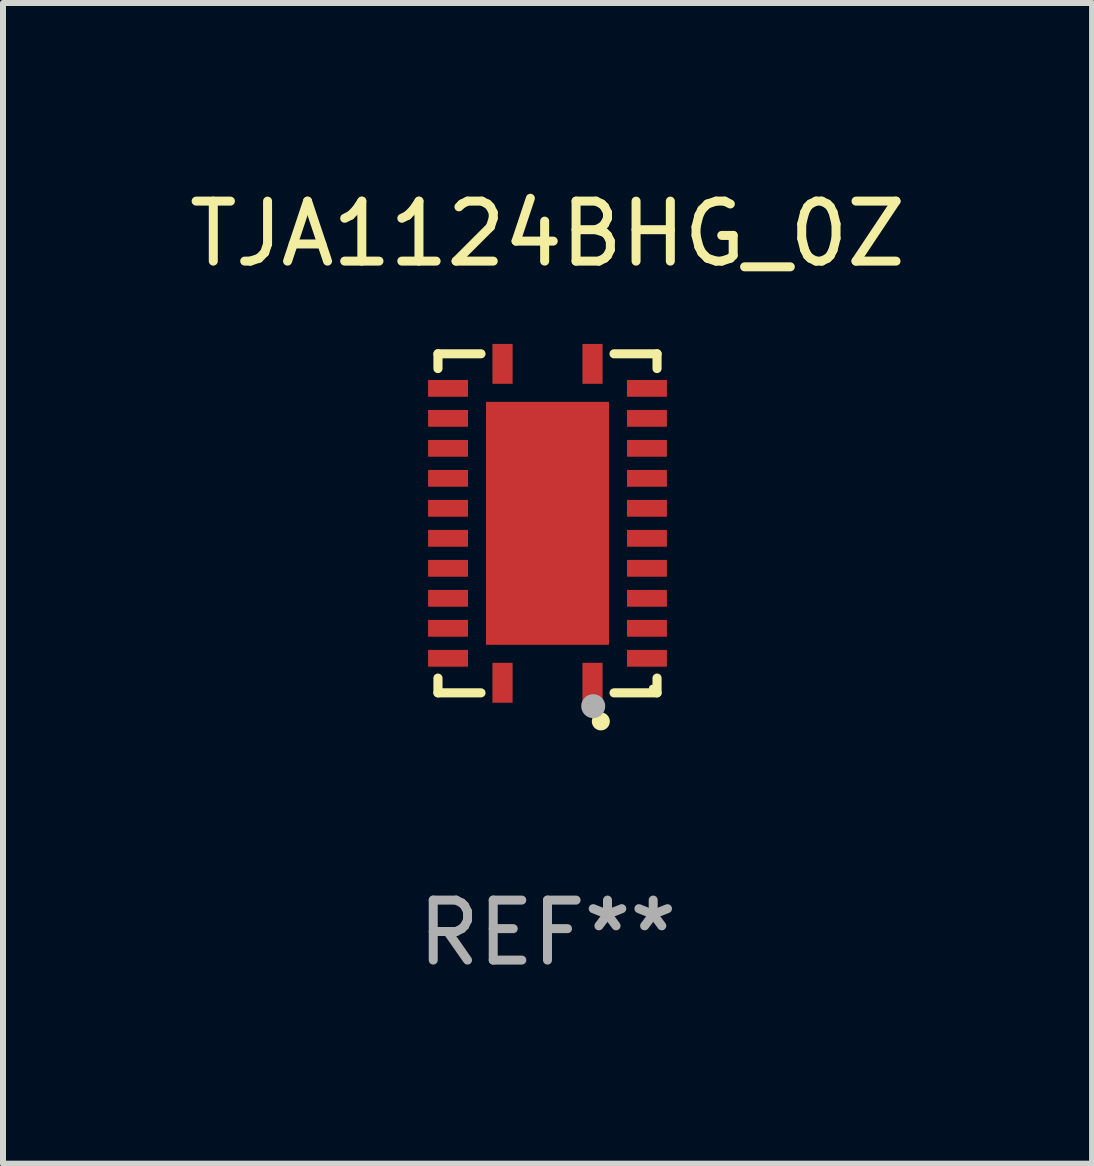
<source format=kicad_pcb>
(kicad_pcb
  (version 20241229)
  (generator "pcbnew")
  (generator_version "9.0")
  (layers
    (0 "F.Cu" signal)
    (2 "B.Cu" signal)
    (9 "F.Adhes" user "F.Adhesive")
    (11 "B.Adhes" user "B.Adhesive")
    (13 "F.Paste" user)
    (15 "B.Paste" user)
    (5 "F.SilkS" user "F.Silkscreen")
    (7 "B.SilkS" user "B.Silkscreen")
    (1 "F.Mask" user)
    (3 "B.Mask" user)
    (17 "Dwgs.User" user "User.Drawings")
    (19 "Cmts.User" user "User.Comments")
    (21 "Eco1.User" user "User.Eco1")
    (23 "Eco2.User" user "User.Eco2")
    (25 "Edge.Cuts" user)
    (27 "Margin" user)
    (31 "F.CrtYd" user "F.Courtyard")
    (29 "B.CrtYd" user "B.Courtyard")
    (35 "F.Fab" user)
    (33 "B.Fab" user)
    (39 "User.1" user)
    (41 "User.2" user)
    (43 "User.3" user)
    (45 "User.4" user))
  (footprint "TJA1124BHG_0Z"
    (layer "F.Cu")
    (at 6.077 5.674)
    (property "Reference" "TJA1124BHG_0Z" (at 0 -4.826 0) (layer "F.SilkS") (effects (font (size 1 1) (thickness 0.15))))
    (attr through_hole)
    (fp_line (start -1.826 -2.826) (end -1.826 -2.58) (stroke (width 0.152) (type solid)) (layer "F.SilkS"))
    (fp_line (start -1.826 2.826) (end -1.826 2.58) (stroke (width 0.152) (type solid)) (layer "F.SilkS"))
    (fp_line (start -1.109 -2.826) (end -1.826 -2.826) (stroke (width 0.152) (type solid)) (layer "F.SilkS"))
    (fp_line (start -1.109 2.826) (end -1.826 2.826) (stroke (width 0.152) (type solid)) (layer "F.SilkS"))
    (fp_line (start 1.109 -2.826) (end 1.826 -2.826) (stroke (width 0.152) (type solid)) (layer "F.SilkS"))
    (fp_line (start 1.109 2.826) (end 1.826 2.826) (stroke (width 0.152) (type solid)) (layer "F.SilkS"))
    (fp_line (start 1.826 -2.826) (end 1.826 -2.58) (stroke (width 0.152) (type solid)) (layer "F.SilkS"))
    (fp_line (start 1.826 2.826) (end 1.826 2.58) (stroke (width 0.152) (type solid)) (layer "F.SilkS"))
    (fp_circle (center 0.889 3.302) (end 0.964 3.302) (stroke (width 0.15) (type solid)) (fill no) (layer "F.SilkS"))
    (fp_circle (center 1.75 2.75) (end 1.78 2.75) (stroke (width 0.06) (type solid)) (fill no) (layer "F.SilkS"))
    (fp_circle (center 0.762 3.048) (end 0.862 3.048) (stroke (width 0.2) (type solid)) (fill no) (layer "F.Fab"))
    (fp_text user "REF**" (at 0 6.826 0) (layer "F.Fab") (effects (font (size 1 1) (thickness 0.15))))
    (pad "1" smd rect (at 0.75 2.658) (size 0.336 0.665) (layers "F.Cu" "F.Mask" "F.Paste"))
    (pad "2" smd rect (at 1.658 2.25) (size 0.665 0.28) (layers "F.Cu" "F.Mask" "F.Paste"))
    (pad "3" smd rect (at 1.658 1.75) (size 0.665 0.28) (layers "F.Cu" "F.Mask" "F.Paste"))
    (pad "4" smd rect (at 1.658 1.25) (size 0.665 0.28) (layers "F.Cu" "F.Mask" "F.Paste"))
    (pad "5" smd rect (at 1.658 0.75) (size 0.665 0.28) (layers "F.Cu" "F.Mask" "F.Paste"))
    (pad "6" smd rect (at 1.658 0.25) (size 0.665 0.28) (layers "F.Cu" "F.Mask" "F.Paste"))
    (pad "7" smd rect (at 1.658 -0.25) (size 0.665 0.28) (layers "F.Cu" "F.Mask" "F.Paste"))
    (pad "8" smd rect (at 1.658 -0.75) (size 0.665 0.28) (layers "F.Cu" "F.Mask" "F.Paste"))
    (pad "9" smd rect (at 1.658 -1.25) (size 0.665 0.28) (layers "F.Cu" "F.Mask" "F.Paste"))
    (pad "10" smd rect (at 1.658 -1.75) (size 0.665 0.28) (layers "F.Cu" "F.Mask" "F.Paste"))
    (pad "11" smd rect (at 1.658 -2.25) (size 0.665 0.28) (layers "F.Cu" "F.Mask" "F.Paste"))
    (pad "12" smd rect (at 0.75 -2.658) (size 0.336 0.665) (layers "F.Cu" "F.Mask" "F.Paste"))
    (pad "13" smd rect (at -0.75 -2.658) (size 0.336 0.665) (layers "F.Cu" "F.Mask" "F.Paste"))
    (pad "14" smd rect (at -1.658 -2.25) (size 0.665 0.28) (layers "F.Cu" "F.Mask" "F.Paste"))
    (pad "15" smd rect (at -1.658 -1.75) (size 0.665 0.28) (layers "F.Cu" "F.Mask" "F.Paste"))
    (pad "16" smd rect (at -1.658 -1.25) (size 0.665 0.28) (layers "F.Cu" "F.Mask" "F.Paste"))
    (pad "17" smd rect (at -1.658 -0.75) (size 0.665 0.28) (layers "F.Cu" "F.Mask" "F.Paste"))
    (pad "18" smd rect (at -1.658 -0.25) (size 0.665 0.28) (layers "F.Cu" "F.Mask" "F.Paste"))
    (pad "19" smd rect (at -1.658 0.25) (size 0.665 0.28) (layers "F.Cu" "F.Mask" "F.Paste"))
    (pad "20" smd rect (at -1.658 0.75) (size 0.665 0.28) (layers "F.Cu" "F.Mask" "F.Paste"))
    (pad "21" smd rect (at -1.658 1.25) (size 0.665 0.28) (layers "F.Cu" "F.Mask" "F.Paste"))
    (pad "22" smd rect (at -1.658 1.75) (size 0.665 0.28) (layers "F.Cu" "F.Mask" "F.Paste"))
    (pad "23" smd rect (at -1.658 2.25) (size 0.665 0.28) (layers "F.Cu" "F.Mask" "F.Paste"))
    (pad "24" smd rect (at -0.75 2.658) (size 0.336 0.665) (layers "F.Cu" "F.Mask" "F.Paste"))
    (pad "25" smd rect (at 0 0) (size 2.05 4.05) (layers "F.Cu" "F.Mask" "F.Paste")))
  (gr_rect
    (start -3 -3)
    (end 15.155 16.349)
    (stroke (width 0.1) (type default))
    (fill no)
    (layer "Edge.Cuts")))
</source>
